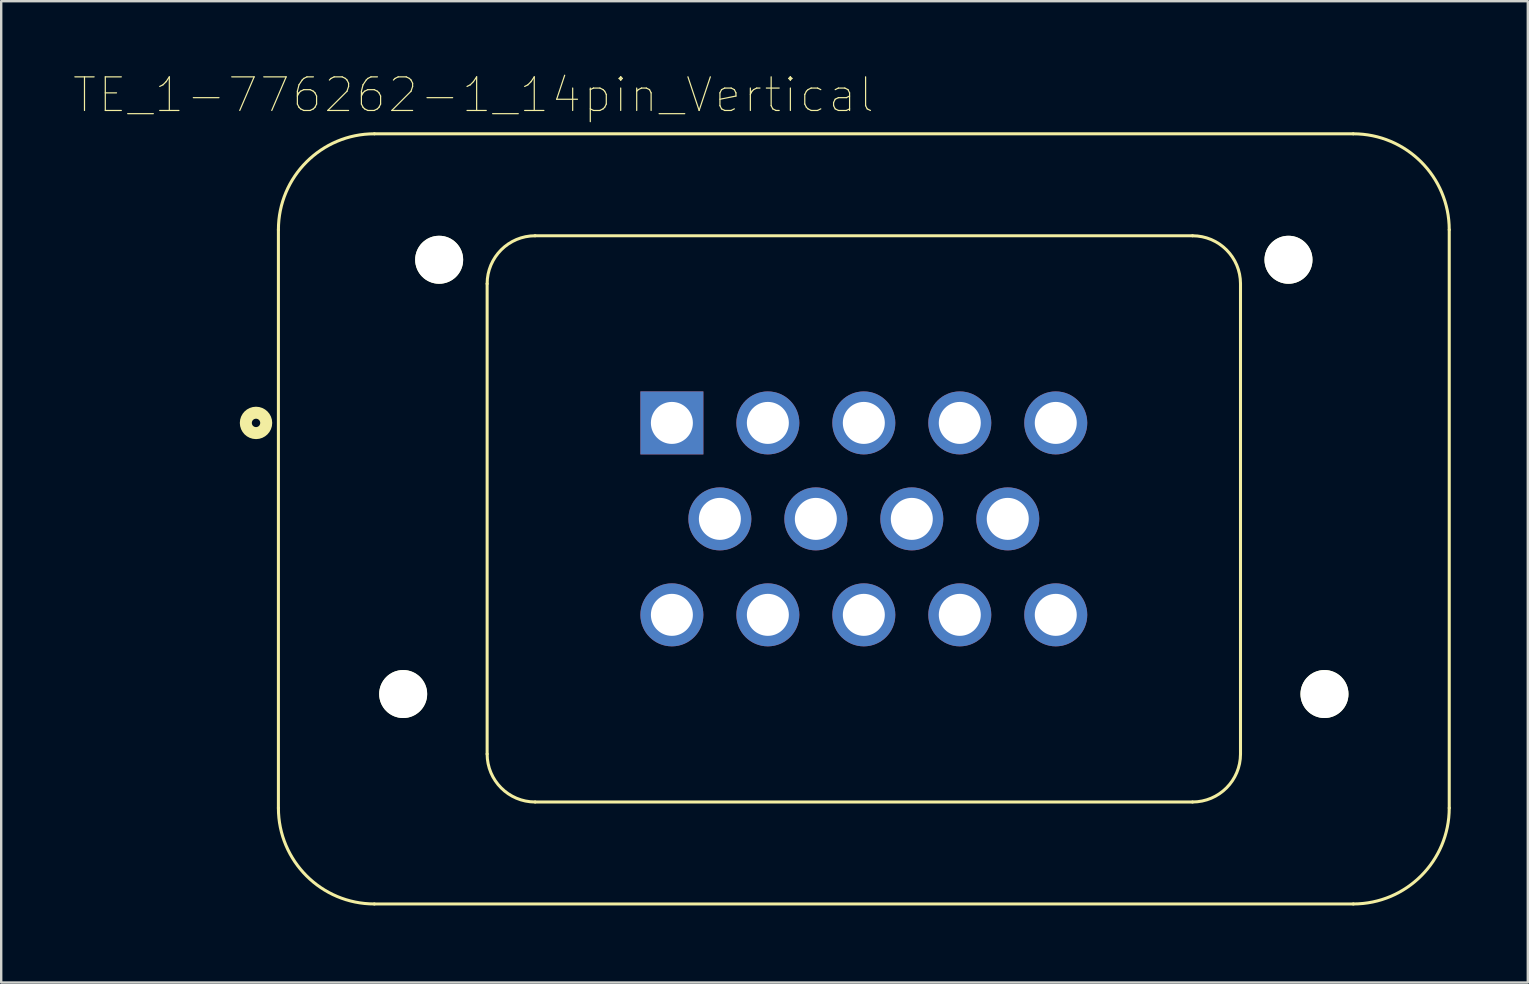
<source format=kicad_pcb>
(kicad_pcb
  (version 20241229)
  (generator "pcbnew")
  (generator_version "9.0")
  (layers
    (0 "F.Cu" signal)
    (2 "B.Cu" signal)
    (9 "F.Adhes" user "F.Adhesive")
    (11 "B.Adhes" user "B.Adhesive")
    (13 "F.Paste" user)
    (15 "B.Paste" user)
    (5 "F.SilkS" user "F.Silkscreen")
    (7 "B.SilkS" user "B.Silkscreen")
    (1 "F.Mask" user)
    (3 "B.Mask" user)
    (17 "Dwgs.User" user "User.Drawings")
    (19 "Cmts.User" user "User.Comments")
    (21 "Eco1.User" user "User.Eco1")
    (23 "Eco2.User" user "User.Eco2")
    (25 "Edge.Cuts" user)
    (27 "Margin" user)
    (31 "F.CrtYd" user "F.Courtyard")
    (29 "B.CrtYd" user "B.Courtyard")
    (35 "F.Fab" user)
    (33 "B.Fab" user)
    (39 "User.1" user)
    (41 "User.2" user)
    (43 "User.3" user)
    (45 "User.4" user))
  (footprint "TE_1-776262-1_14pin_Vertical"
    (layer "F.Cu")
    (at 32.954 18.577)
    (property "Reference" "TE_1-776262-1_14pin_Vertical" (at -16.271 -17.669 0) (layer "F.SilkS") (effects (font (size 1.401 1.401) (thickness 0.05))))
    (attr through_hole)
    (fp_line (start -24.4 12.05) (end -24.4 -12.05) (stroke (width 0.127) (type solid)) (layer "F.SilkS"))
    (fp_line (start -20.4 -16.05) (end 20.4 -16.05) (stroke (width 0.127) (type solid)) (layer "F.SilkS"))
    (fp_line (start -15.7 9.8) (end -15.7 -9.8) (stroke (width 0.127) (type solid)) (layer "F.SilkS"))
    (fp_line (start -13.7 -11.8) (end 13.7 -11.8) (stroke (width 0.127) (type solid)) (layer "F.SilkS"))
    (fp_line (start 13.7 11.8) (end -13.7 11.8) (stroke (width 0.127) (type solid)) (layer "F.SilkS"))
    (fp_line (start 15.7 -9.8) (end 15.7 9.8) (stroke (width 0.127) (type solid)) (layer "F.SilkS"))
    (fp_line (start 20.4 16.05) (end -20.4 16.05) (stroke (width 0.127) (type solid)) (layer "F.SilkS"))
    (fp_line (start 24.4 -12.05) (end 24.4 12.05) (stroke (width 0.127) (type solid)) (layer "F.SilkS"))
    (fp_arc (start -24.4 -12.05) (mid -23.228427 -14.878427) (end -20.4 -16.05) (stroke (width 0.127) (type solid)) (layer "F.SilkS"))
    (fp_arc (start -20.4 16.05) (mid -23.228427 14.878427) (end -24.4 12.05) (stroke (width 0.127) (type solid)) (layer "F.SilkS"))
    (fp_arc (start -15.7 -9.8) (mid -15.114214 -11.214214) (end -13.7 -11.8) (stroke (width 0.127) (type solid)) (layer "F.SilkS"))
    (fp_arc (start -13.7 11.8) (mid -15.114214 11.214214) (end -15.7 9.8) (stroke (width 0.127) (type solid)) (layer "F.SilkS"))
    (fp_arc (start 13.7 -11.8) (mid 15.114214 -11.214214) (end 15.7 -9.8) (stroke (width 0.127) (type solid)) (layer "F.SilkS"))
    (fp_arc (start 15.7 9.8) (mid 15.114214 11.214214) (end 13.7 11.8) (stroke (width 0.127) (type solid)) (layer "F.SilkS"))
    (fp_arc (start 20.4 -16.05) (mid 23.228427 -14.878427) (end 24.4 -12.05) (stroke (width 0.127) (type solid)) (layer "F.SilkS"))
    (fp_arc (start 24.4 12.05) (mid 23.228427 14.878427) (end 20.4 16.05) (stroke (width 0.127) (type solid)) (layer "F.SilkS"))
    (fp_circle (center -25.333 -4) (end -25.158 -4) (stroke (width 0.5) (type solid)) (fill no) (layer "F.SilkS"))
    (fp_line (start -24.65 12.3) (end -24.65 -12.3) (stroke (width 0.05) (type solid)) (layer "Eco1.User"))
    (fp_line (start -20.65 -16.3) (end 20.65 -16.3) (stroke (width 0.05) (type solid)) (layer "Eco1.User"))
    (fp_line (start 20.65 16.3) (end -20.65 16.3) (stroke (width 0.05) (type solid)) (layer "Eco1.User"))
    (fp_line (start 24.65 -12.3) (end 24.65 12.3) (stroke (width 0.05) (type solid)) (layer "Eco1.User"))
    (fp_arc (start -24.65 -12.3) (mid -23.478427 -15.128427) (end -20.65 -16.3) (stroke (width 0.05) (type solid)) (layer "Eco1.User"))
    (fp_arc (start -20.65 16.3) (mid -23.478427 15.128427) (end -24.65 12.3) (stroke (width 0.05) (type solid)) (layer "Eco1.User"))
    (fp_arc (start 20.65 -16.3) (mid 23.478427 -15.128427) (end 24.65 -12.3) (stroke (width 0.05) (type solid)) (layer "Eco1.User"))
    (fp_arc (start 24.65 12.3) (mid 23.478427 15.128427) (end 20.65 16.3) (stroke (width 0.05) (type solid)) (layer "Eco1.User"))
    (fp_line (start -24.4 12.05) (end -24.4 -12.05) (stroke (width 0.127) (type solid)) (layer "Eco2.User"))
    (fp_line (start -20.4 -16.05) (end 20.4 -16.05) (stroke (width 0.127) (type solid)) (layer "Eco2.User"))
    (fp_line (start -15.7 9.8) (end -15.7 -9.8) (stroke (width 0.127) (type solid)) (layer "Eco2.User"))
    (fp_line (start -13.7 -11.8) (end 13.7 -11.8) (stroke (width 0.127) (type solid)) (layer "Eco2.User"))
    (fp_line (start 13.7 11.8) (end -13.7 11.8) (stroke (width 0.127) (type solid)) (layer "Eco2.User"))
    (fp_line (start 15.7 -9.8) (end 15.7 9.8) (stroke (width 0.127) (type solid)) (layer "Eco2.User"))
    (fp_line (start 20.4 16.05) (end -20.4 16.05) (stroke (width 0.127) (type solid)) (layer "Eco2.User"))
    (fp_line (start 24.4 -12.05) (end 24.4 12.05) (stroke (width 0.127) (type solid)) (layer "Eco2.User"))
    (fp_arc (start -24.4 -12.05) (mid -23.228427 -14.878427) (end -20.4 -16.05) (stroke (width 0.127) (type solid)) (layer "Eco2.User"))
    (fp_arc (start -20.4 16.05) (mid -23.228427 14.878427) (end -24.4 12.05) (stroke (width 0.127) (type solid)) (layer "Eco2.User"))
    (fp_arc (start -15.7 -9.8) (mid -15.114214 -11.214214) (end -13.7 -11.8) (stroke (width 0.127) (type solid)) (layer "Eco2.User"))
    (fp_arc (start -13.7 11.8) (mid -15.114214 11.214214) (end -15.7 9.8) (stroke (width 0.127) (type solid)) (layer "Eco2.User"))
    (fp_arc (start 13.7 -11.8) (mid 15.114214 -11.214214) (end 15.7 -9.8) (stroke (width 0.127) (type solid)) (layer "Eco2.User"))
    (fp_arc (start 15.7 9.8) (mid 15.114214 11.214214) (end 13.7 11.8) (stroke (width 0.127) (type solid)) (layer "Eco2.User"))
    (fp_arc (start 20.4 -16.05) (mid 23.228427 -14.878427) (end 24.4 -12.05) (stroke (width 0.127) (type solid)) (layer "Eco2.User"))
    (fp_arc (start 24.4 12.05) (mid 23.228427 14.878427) (end 20.4 16.05) (stroke (width 0.127) (type solid)) (layer "Eco2.User"))
    (pad "" np_thru_hole circle (at -19.2 7.3) (size 2 2) (drill 2) (layers "*.Cu" "*.Mask" "F.SilkS"))
    (pad "" np_thru_hole circle (at -17.7 -10.8) (size 2 2) (drill 2) (layers "*.Cu" "*.Mask" "F.SilkS"))
    (pad "" np_thru_hole circle (at 17.7 -10.8) (size 2 2) (drill 2) (layers "*.Cu" "*.Mask" "F.SilkS"))
    (pad "" np_thru_hole circle (at 19.2 7.3) (size 2 2) (drill 2) (layers "*.Cu" "*.Mask" "F.SilkS"))
    (pad "1" thru_hole rect (at -8 -4) (size 2.625 2.625) (drill 1.75) (layers "*.Cu" "*.Mask"))
    (pad "2" thru_hole circle (at -4 -4) (size 2.625 2.625) (drill 1.75) (layers "*.Cu" "*.Mask"))
    (pad "3" thru_hole circle (at 0 -4) (size 2.625 2.625) (drill 1.75) (layers "*.Cu" "*.Mask"))
    (pad "4" thru_hole circle (at 4 -4) (size 2.625 2.625) (drill 1.75) (layers "*.Cu" "*.Mask"))
    (pad "5" thru_hole circle (at 8 -4) (size 2.625 2.625) (drill 1.75) (layers "*.Cu" "*.Mask"))
    (pad "6" thru_hole circle (at -6 0) (size 2.625 2.625) (drill 1.75) (layers "*.Cu" "*.Mask"))
    (pad "7" thru_hole circle (at -2 0) (size 2.625 2.625) (drill 1.75) (layers "*.Cu" "*.Mask"))
    (pad "8" thru_hole circle (at 2 0) (size 2.625 2.625) (drill 1.75) (layers "*.Cu" "*.Mask"))
    (pad "9" thru_hole circle (at 6 0) (size 2.625 2.625) (drill 1.75) (layers "*.Cu" "*.Mask"))
    (pad "10" thru_hole circle (at -8 4) (size 2.625 2.625) (drill 1.75) (layers "*.Cu" "*.Mask"))
    (pad "11" thru_hole circle (at -4 4) (size 2.625 2.625) (drill 1.75) (layers "*.Cu" "*.Mask"))
    (pad "12" thru_hole circle (at 0 4) (size 2.625 2.625) (drill 1.75) (layers "*.Cu" "*.Mask"))
    (pad "13" thru_hole circle (at 4 4) (size 2.625 2.625) (drill 1.75) (layers "*.Cu" "*.Mask"))
    (pad "14" thru_hole circle (at 8 4) (size 2.625 2.625) (drill 1.75) (layers "*.Cu" "*.Mask")))
  (gr_rect
    (start -3 -3)
    (end 60.629 37.902)
    (stroke (width 0.1) (type default))
    (fill no)
    (layer "Edge.Cuts")))
</source>
